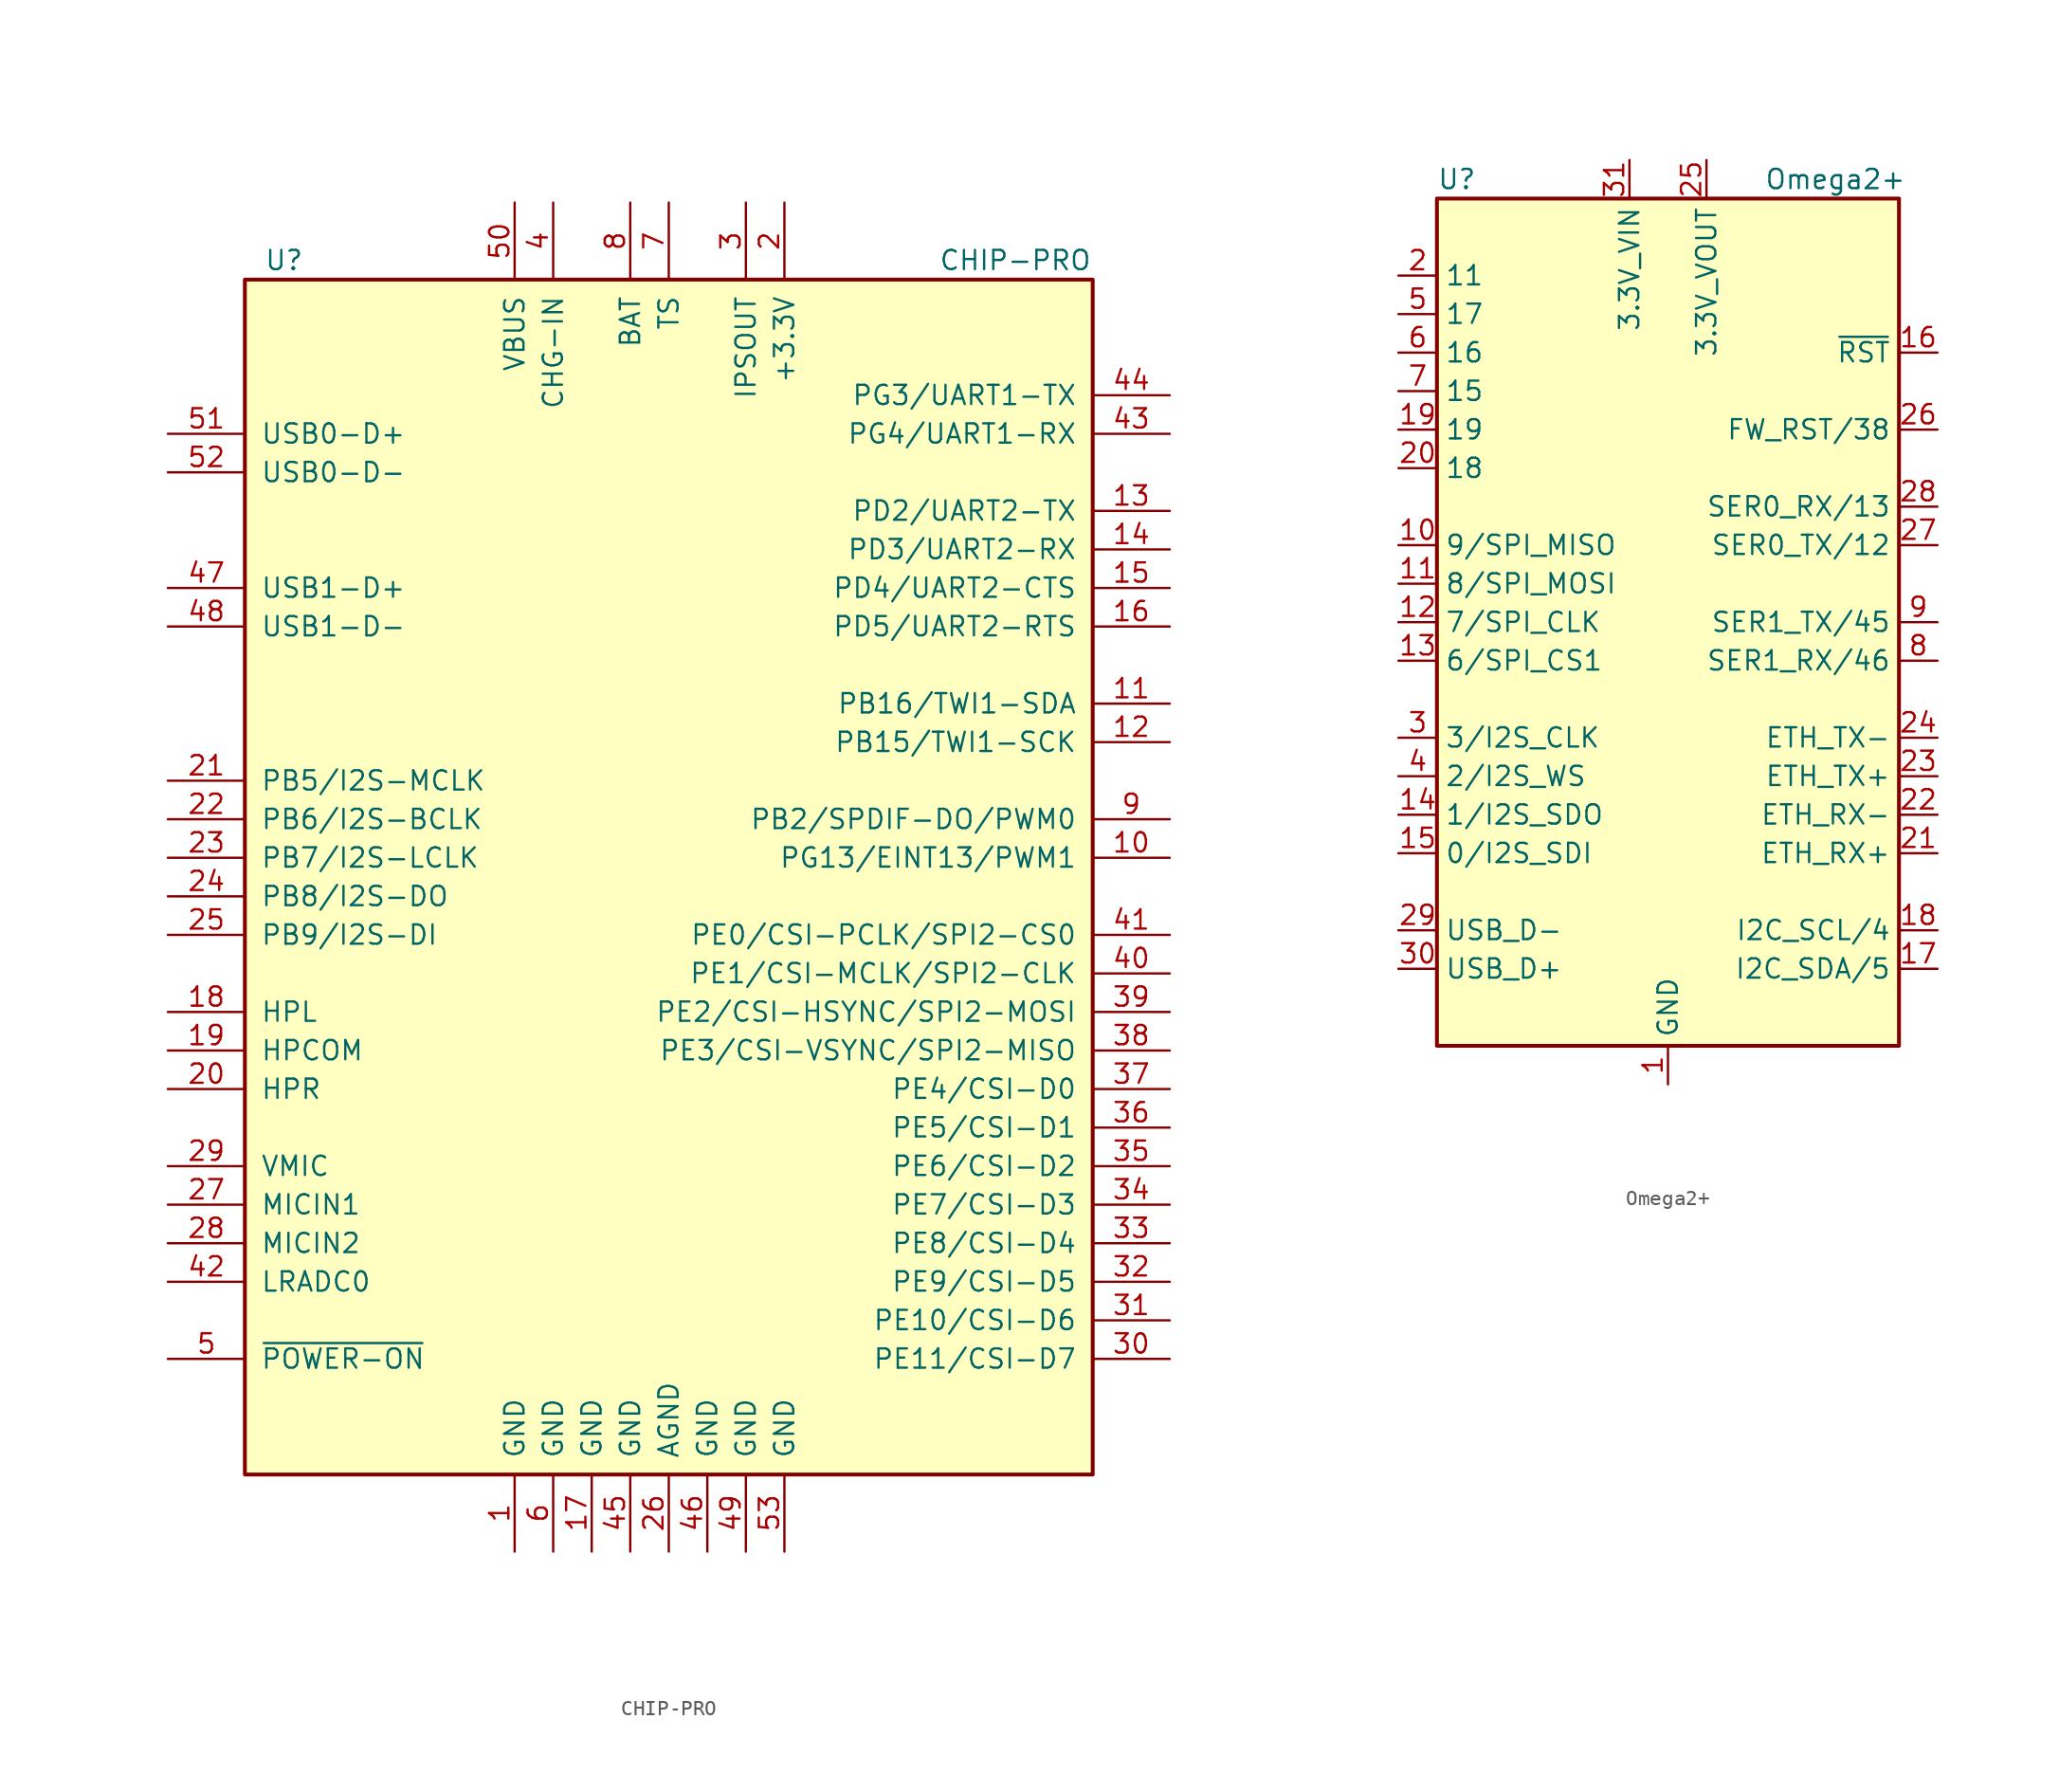
<source format=kicad_sym>
(kicad_symbol_lib
  (version 20201005)
  (generator kicad_symbol_editor)
  (symbol "CHIP-PRO"
    (pin_names
      (offset 1.016))
    (property "Reference" "U"
      (at -26.67 39.37 0)
      (effects (font (size 1.27 1.27)) (justify left)))
    (property "Value" "CHIP-PRO"
      (at 17.78 39.37 0)
      (effects (font (size 1.27 1.27)) (justify left)))
    (symbol "CHIP-PRO_0_1"
      (rectangle (start -27.94 38.1) (end 27.94 -40.64) (stroke (width 0.254)) (fill (type background))))
    (symbol "CHIP-PRO_1_1"
      (pin power_in line (at -10.16 -45.72 90) (length 5.08) (name "GND" (effects (font (size 1.27 1.27)))) (number "1" (effects (font (size 1.27 1.27)))))
      (pin bidirectional line (at 33.02 0 180) (length 5.08) (name "PG13/EINT13/PWM1" (effects (font (size 1.27 1.27)))) (number "10" (effects (font (size 1.27 1.27)))))
      (pin bidirectional line (at 33.02 10.16 180) (length 5.08) (name "PB16/TWI1-SDA" (effects (font (size 1.27 1.27)))) (number "11" (effects (font (size 1.27 1.27)))))
      (pin bidirectional line (at 33.02 7.62 180) (length 5.08) (name "PB15/TWI1-SCK" (effects (font (size 1.27 1.27)))) (number "12" (effects (font (size 1.27 1.27)))))
      (pin bidirectional line (at 33.02 22.86 180) (length 5.08) (name "PD2/UART2-TX" (effects (font (size 1.27 1.27)))) (number "13" (effects (font (size 1.27 1.27)))))
      (pin bidirectional line (at 33.02 20.32 180) (length 5.08) (name "PD3/UART2-RX" (effects (font (size 1.27 1.27)))) (number "14" (effects (font (size 1.27 1.27)))))
      (pin bidirectional line (at 33.02 17.78 180) (length 5.08) (name "PD4/UART2-CTS" (effects (font (size 1.27 1.27)))) (number "15" (effects (font (size 1.27 1.27)))))
      (pin bidirectional line (at 33.02 15.24 180) (length 5.08) (name "PD5/UART2-RTS" (effects (font (size 1.27 1.27)))) (number "16" (effects (font (size 1.27 1.27)))))
      (pin power_in line (at -5.08 -45.72 90) (length 5.08) (name "GND" (effects (font (size 1.27 1.27)))) (number "17" (effects (font (size 1.27 1.27)))))
      (pin output line (at -33.02 -10.16 0) (length 5.08) (name "HPL" (effects (font (size 1.27 1.27)))) (number "18" (effects (font (size 1.27 1.27)))))
      (pin output line (at -33.02 -12.7 0) (length 5.08) (name "HPCOM" (effects (font (size 1.27 1.27)))) (number "19" (effects (font (size 1.27 1.27)))))
      (pin power_out line (at 7.62 43.18 270) (length 5.08) (name "+3.3V" (effects (font (size 1.27 1.27)))) (number "2" (effects (font (size 1.27 1.27)))))
      (pin output line (at -33.02 -15.24 0) (length 5.08) (name "HPR" (effects (font (size 1.27 1.27)))) (number "20" (effects (font (size 1.27 1.27)))))
      (pin bidirectional line (at -33.02 5.08 0) (length 5.08) (name "PB5/I2S-MCLK" (effects (font (size 1.27 1.27)))) (number "21" (effects (font (size 1.27 1.27)))))
      (pin bidirectional line (at -33.02 2.54 0) (length 5.08) (name "PB6/I2S-BCLK" (effects (font (size 1.27 1.27)))) (number "22" (effects (font (size 1.27 1.27)))))
      (pin bidirectional line (at -33.02 0 0) (length 5.08) (name "PB7/I2S-LCLK" (effects (font (size 1.27 1.27)))) (number "23" (effects (font (size 1.27 1.27)))))
      (pin bidirectional line (at -33.02 -2.54 0) (length 5.08) (name "PB8/I2S-DO" (effects (font (size 1.27 1.27)))) (number "24" (effects (font (size 1.27 1.27)))))
      (pin bidirectional line (at -33.02 -5.08 0) (length 5.08) (name "PB9/I2S-DI" (effects (font (size 1.27 1.27)))) (number "25" (effects (font (size 1.27 1.27)))))
      (pin power_in line (at 0 -45.72 90) (length 5.08) (name "AGND" (effects (font (size 1.27 1.27)))) (number "26" (effects (font (size 1.27 1.27)))))
      (pin input line (at -33.02 -22.86 0) (length 5.08) (name "MICIN1" (effects (font (size 1.27 1.27)))) (number "27" (effects (font (size 1.27 1.27)))))
      (pin input line (at -33.02 -25.4 0) (length 5.08) (name "MICIN2" (effects (font (size 1.27 1.27)))) (number "28" (effects (font (size 1.27 1.27)))))
      (pin unspecified line (at -33.02 -20.32 0) (length 5.08) (name "VMIC" (effects (font (size 1.27 1.27)))) (number "29" (effects (font (size 1.27 1.27)))))
      (pin power_out line (at 5.08 43.18 270) (length 5.08) (name "IPSOUT" (effects (font (size 1.27 1.27)))) (number "3" (effects (font (size 1.27 1.27)))))
      (pin bidirectional line (at 33.02 -33.02 180) (length 5.08) (name "PE11/CSI-D7" (effects (font (size 1.27 1.27)))) (number "30" (effects (font (size 1.27 1.27)))))
      (pin bidirectional line (at 33.02 -30.48 180) (length 5.08) (name "PE10/CSI-D6" (effects (font (size 1.27 1.27)))) (number "31" (effects (font (size 1.27 1.27)))))
      (pin bidirectional line (at 33.02 -27.94 180) (length 5.08) (name "PE9/CSI-D5" (effects (font (size 1.27 1.27)))) (number "32" (effects (font (size 1.27 1.27)))))
      (pin bidirectional line (at 33.02 -25.4 180) (length 5.08) (name "PE8/CSI-D4" (effects (font (size 1.27 1.27)))) (number "33" (effects (font (size 1.27 1.27)))))
      (pin bidirectional line (at 33.02 -22.86 180) (length 5.08) (name "PE7/CSI-D3" (effects (font (size 1.27 1.27)))) (number "34" (effects (font (size 1.27 1.27)))))
      (pin bidirectional line (at 33.02 -20.32 180) (length 5.08) (name "PE6/CSI-D2" (effects (font (size 1.27 1.27)))) (number "35" (effects (font (size 1.27 1.27)))))
      (pin bidirectional line (at 33.02 -17.78 180) (length 5.08) (name "PE5/CSI-D1" (effects (font (size 1.27 1.27)))) (number "36" (effects (font (size 1.27 1.27)))))
      (pin bidirectional line (at 33.02 -15.24 180) (length 5.08) (name "PE4/CSI-D0" (effects (font (size 1.27 1.27)))) (number "37" (effects (font (size 1.27 1.27)))))
      (pin bidirectional line (at 33.02 -12.7 180) (length 5.08) (name "PE3/CSI-VSYNC/SPI2-MISO" (effects (font (size 1.27 1.27)))) (number "38" (effects (font (size 1.27 1.27)))))
      (pin bidirectional line (at 33.02 -10.16 180) (length 5.08) (name "PE2/CSI-HSYNC/SPI2-MOSI" (effects (font (size 1.27 1.27)))) (number "39" (effects (font (size 1.27 1.27)))))
      (pin power_in line (at -7.62 43.18 270) (length 5.08) (name "CHG-IN" (effects (font (size 1.27 1.27)))) (number "4" (effects (font (size 1.27 1.27)))))
      (pin bidirectional line (at 33.02 -7.62 180) (length 5.08) (name "PE1/CSI-MCLK/SPI2-CLK" (effects (font (size 1.27 1.27)))) (number "40" (effects (font (size 1.27 1.27)))))
      (pin bidirectional line (at 33.02 -5.08 180) (length 5.08) (name "PE0/CSI-PCLK/SPI2-CS0" (effects (font (size 1.27 1.27)))) (number "41" (effects (font (size 1.27 1.27)))))
      (pin power_out line (at -33.02 -27.94 0) (length 5.08) (name "LRADC0" (effects (font (size 1.27 1.27)))) (number "42" (effects (font (size 1.27 1.27)))))
      (pin input line (at 33.02 27.94 180) (length 5.08) (name "PG4/UART1-RX" (effects (font (size 1.27 1.27)))) (number "43" (effects (font (size 1.27 1.27)))))
      (pin bidirectional line (at 33.02 30.48 180) (length 5.08) (name "PG3/UART1-TX" (effects (font (size 1.27 1.27)))) (number "44" (effects (font (size 1.27 1.27)))))
      (pin power_in line (at -2.54 -45.72 90) (length 5.08) (name "GND" (effects (font (size 1.27 1.27)))) (number "45" (effects (font (size 1.27 1.27)))))
      (pin power_in line (at 2.54 -45.72 90) (length 5.08) (name "GND" (effects (font (size 1.27 1.27)))) (number "46" (effects (font (size 1.27 1.27)))))
      (pin bidirectional line (at -33.02 17.78 0) (length 5.08) (name "USB1-D+" (effects (font (size 1.27 1.27)))) (number "47" (effects (font (size 1.27 1.27)))))
      (pin bidirectional line (at -33.02 15.24 0) (length 5.08) (name "USB1-D-" (effects (font (size 1.27 1.27)))) (number "48" (effects (font (size 1.27 1.27)))))
      (pin power_in line (at 5.08 -45.72 90) (length 5.08) (name "GND" (effects (font (size 1.27 1.27)))) (number "49" (effects (font (size 1.27 1.27)))))
      (pin input line (at -33.02 -33.02 0) (length 5.08) (name "~POWER-ON" (effects (font (size 1.27 1.27)))) (number "5" (effects (font (size 1.27 1.27)))))
      (pin power_in line (at -10.16 43.18 270) (length 5.08) (name "VBUS" (effects (font (size 1.27 1.27)))) (number "50" (effects (font (size 1.27 1.27)))))
      (pin bidirectional line (at -33.02 27.94 0) (length 5.08) (name "USB0-D+" (effects (font (size 1.27 1.27)))) (number "51" (effects (font (size 1.27 1.27)))))
      (pin bidirectional line (at -33.02 25.4 0) (length 5.08) (name "USB0-D-" (effects (font (size 1.27 1.27)))) (number "52" (effects (font (size 1.27 1.27)))))
      (pin power_in line (at 7.62 -45.72 90) (length 5.08) (name "GND" (effects (font (size 1.27 1.27)))) (number "53" (effects (font (size 1.27 1.27)))))
      (pin power_in line (at -7.62 -45.72 90) (length 5.08) (name "GND" (effects (font (size 1.27 1.27)))) (number "6" (effects (font (size 1.27 1.27)))))
      (pin input line (at 0 43.18 270) (length 5.08) (name "TS" (effects (font (size 1.27 1.27)))) (number "7" (effects (font (size 1.27 1.27)))))
      (pin power_in line (at -2.54 43.18 270) (length 5.08) (name "BAT" (effects (font (size 1.27 1.27)))) (number "8" (effects (font (size 1.27 1.27)))))
      (pin bidirectional line (at 33.02 2.54 180) (length 5.08) (name "PB2/SPDIF-DO/PWM0" (effects (font (size 1.27 1.27)))) (number "9" (effects (font (size 1.27 1.27)))))))
  (symbol "Omega2+"
    (property "Reference" "U"
      (at -15.24 29.21 0)
      (effects (font (size 1.27 1.27)) (justify left)))
    (property "Value" "Omega2+"
      (at 6.35 29.21 0)
      (effects (font (size 1.27 1.27)) (justify left)))
    (symbol "Omega2+_0_1"
      (rectangle (start -15.24 27.94) (end 15.24 -27.94) (stroke (width 0.254)) (fill (type background))))
    (symbol "Omega2+_1_1"
      (pin power_in line (at 0 -30.48 90) (length 2.54) (name "GND" (effects (font (size 1.27 1.27)))) (number "1" (effects (font (size 1.27 1.27)))))
      (pin bidirectional line (at -17.78 5.08 0) (length 2.54) (name "9/SPI_MISO" (effects (font (size 1.27 1.27)))) (number "10" (effects (font (size 1.27 1.27)))))
      (pin bidirectional line (at -17.78 2.54 0) (length 2.54) (name "8/SPI_MOSI" (effects (font (size 1.27 1.27)))) (number "11" (effects (font (size 1.27 1.27)))))
      (pin bidirectional line (at -17.78 0 0) (length 2.54) (name "7/SPI_CLK" (effects (font (size 1.27 1.27)))) (number "12" (effects (font (size 1.27 1.27)))))
      (pin bidirectional line (at -17.78 -2.54 0) (length 2.54) (name "6/SPI_CS1" (effects (font (size 1.27 1.27)))) (number "13" (effects (font (size 1.27 1.27)))))
      (pin bidirectional line (at -17.78 -12.7 0) (length 2.54) (name "1/I2S_SDO" (effects (font (size 1.27 1.27)))) (number "14" (effects (font (size 1.27 1.27)))))
      (pin bidirectional line (at -17.78 -15.24 0) (length 2.54) (name "0/I2S_SDI" (effects (font (size 1.27 1.27)))) (number "15" (effects (font (size 1.27 1.27)))))
      (pin input line (at 17.78 17.78 180) (length 2.54) (name "~RST" (effects (font (size 1.27 1.27)))) (number "16" (effects (font (size 1.27 1.27)))))
      (pin bidirectional line (at 17.78 -22.86 180) (length 2.54) (name "I2C_SDA/5" (effects (font (size 1.27 1.27)))) (number "17" (effects (font (size 1.27 1.27)))))
      (pin bidirectional line (at 17.78 -20.32 180) (length 2.54) (name "I2C_SCL/4" (effects (font (size 1.27 1.27)))) (number "18" (effects (font (size 1.27 1.27)))))
      (pin bidirectional line (at -17.78 12.7 0) (length 2.54) (name "19" (effects (font (size 1.27 1.27)))) (number "19" (effects (font (size 1.27 1.27)))))
      (pin bidirectional line (at -17.78 22.86 0) (length 2.54) (name "11" (effects (font (size 1.27 1.27)))) (number "2" (effects (font (size 1.27 1.27)))))
      (pin bidirectional line (at -17.78 10.16 0) (length 2.54) (name "18" (effects (font (size 1.27 1.27)))) (number "20" (effects (font (size 1.27 1.27)))))
      (pin input line (at 17.78 -15.24 180) (length 2.54) (name "ETH_RX+" (effects (font (size 1.27 1.27)))) (number "21" (effects (font (size 1.27 1.27)))))
      (pin input line (at 17.78 -12.7 180) (length 2.54) (name "ETH_RX-" (effects (font (size 1.27 1.27)))) (number "22" (effects (font (size 1.27 1.27)))))
      (pin output line (at 17.78 -10.16 180) (length 2.54) (name "ETH_TX+" (effects (font (size 1.27 1.27)))) (number "23" (effects (font (size 1.27 1.27)))))
      (pin output line (at 17.78 -7.62 180) (length 2.54) (name "ETH_TX-" (effects (font (size 1.27 1.27)))) (number "24" (effects (font (size 1.27 1.27)))))
      (pin power_out line (at 2.54 30.48 270) (length 2.54) (name "3.3V_VOUT" (effects (font (size 1.27 1.27)))) (number "25" (effects (font (size 1.27 1.27)))))
      (pin bidirectional line (at 17.78 12.7 180) (length 2.54) (name "FW_RST/38" (effects (font (size 1.27 1.27)))) (number "26" (effects (font (size 1.27 1.27)))))
      (pin bidirectional line (at 17.78 5.08 180) (length 2.54) (name "SER0_TX/12" (effects (font (size 1.27 1.27)))) (number "27" (effects (font (size 1.27 1.27)))))
      (pin bidirectional line (at 17.78 7.62 180) (length 2.54) (name "SER0_RX/13" (effects (font (size 1.27 1.27)))) (number "28" (effects (font (size 1.27 1.27)))))
      (pin bidirectional line (at -17.78 -20.32 0) (length 2.54) (name "USB_D-" (effects (font (size 1.27 1.27)))) (number "29" (effects (font (size 1.27 1.27)))))
      (pin bidirectional line (at -17.78 -7.62 0) (length 2.54) (name "3/I2S_CLK" (effects (font (size 1.27 1.27)))) (number "3" (effects (font (size 1.27 1.27)))))
      (pin bidirectional line (at -17.78 -22.86 0) (length 2.54) (name "USB_D+" (effects (font (size 1.27 1.27)))) (number "30" (effects (font (size 1.27 1.27)))))
      (pin power_in line (at -2.54 30.48 270) (length 2.54) (name "3.3V_VIN" (effects (font (size 1.27 1.27)))) (number "31" (effects (font (size 1.27 1.27)))))
      (pin passive line (at 0 -30.48 90) (length 2.54) hide (name "GND" (effects (font (size 1.27 1.27)))) (number "32" (effects (font (size 1.27 1.27)))))
      (pin bidirectional line (at -17.78 -10.16 0) (length 2.54) (name "2/I2S_WS" (effects (font (size 1.27 1.27)))) (number "4" (effects (font (size 1.27 1.27)))))
      (pin bidirectional line (at -17.78 20.32 0) (length 2.54) (name "17" (effects (font (size 1.27 1.27)))) (number "5" (effects (font (size 1.27 1.27)))))
      (pin bidirectional line (at -17.78 17.78 0) (length 2.54) (name "16" (effects (font (size 1.27 1.27)))) (number "6" (effects (font (size 1.27 1.27)))))
      (pin bidirectional line (at -17.78 15.24 0) (length 2.54) (name "15" (effects (font (size 1.27 1.27)))) (number "7" (effects (font (size 1.27 1.27)))))
      (pin bidirectional line (at 17.78 -2.54 180) (length 2.54) (name "SER1_RX/46" (effects (font (size 1.27 1.27)))) (number "8" (effects (font (size 1.27 1.27)))))
      (pin bidirectional line (at 17.78 0 180) (length 2.54) (name "SER1_TX/45" (effects (font (size 1.27 1.27)))) (number "9" (effects (font (size 1.27 1.27))))))))
</source>
